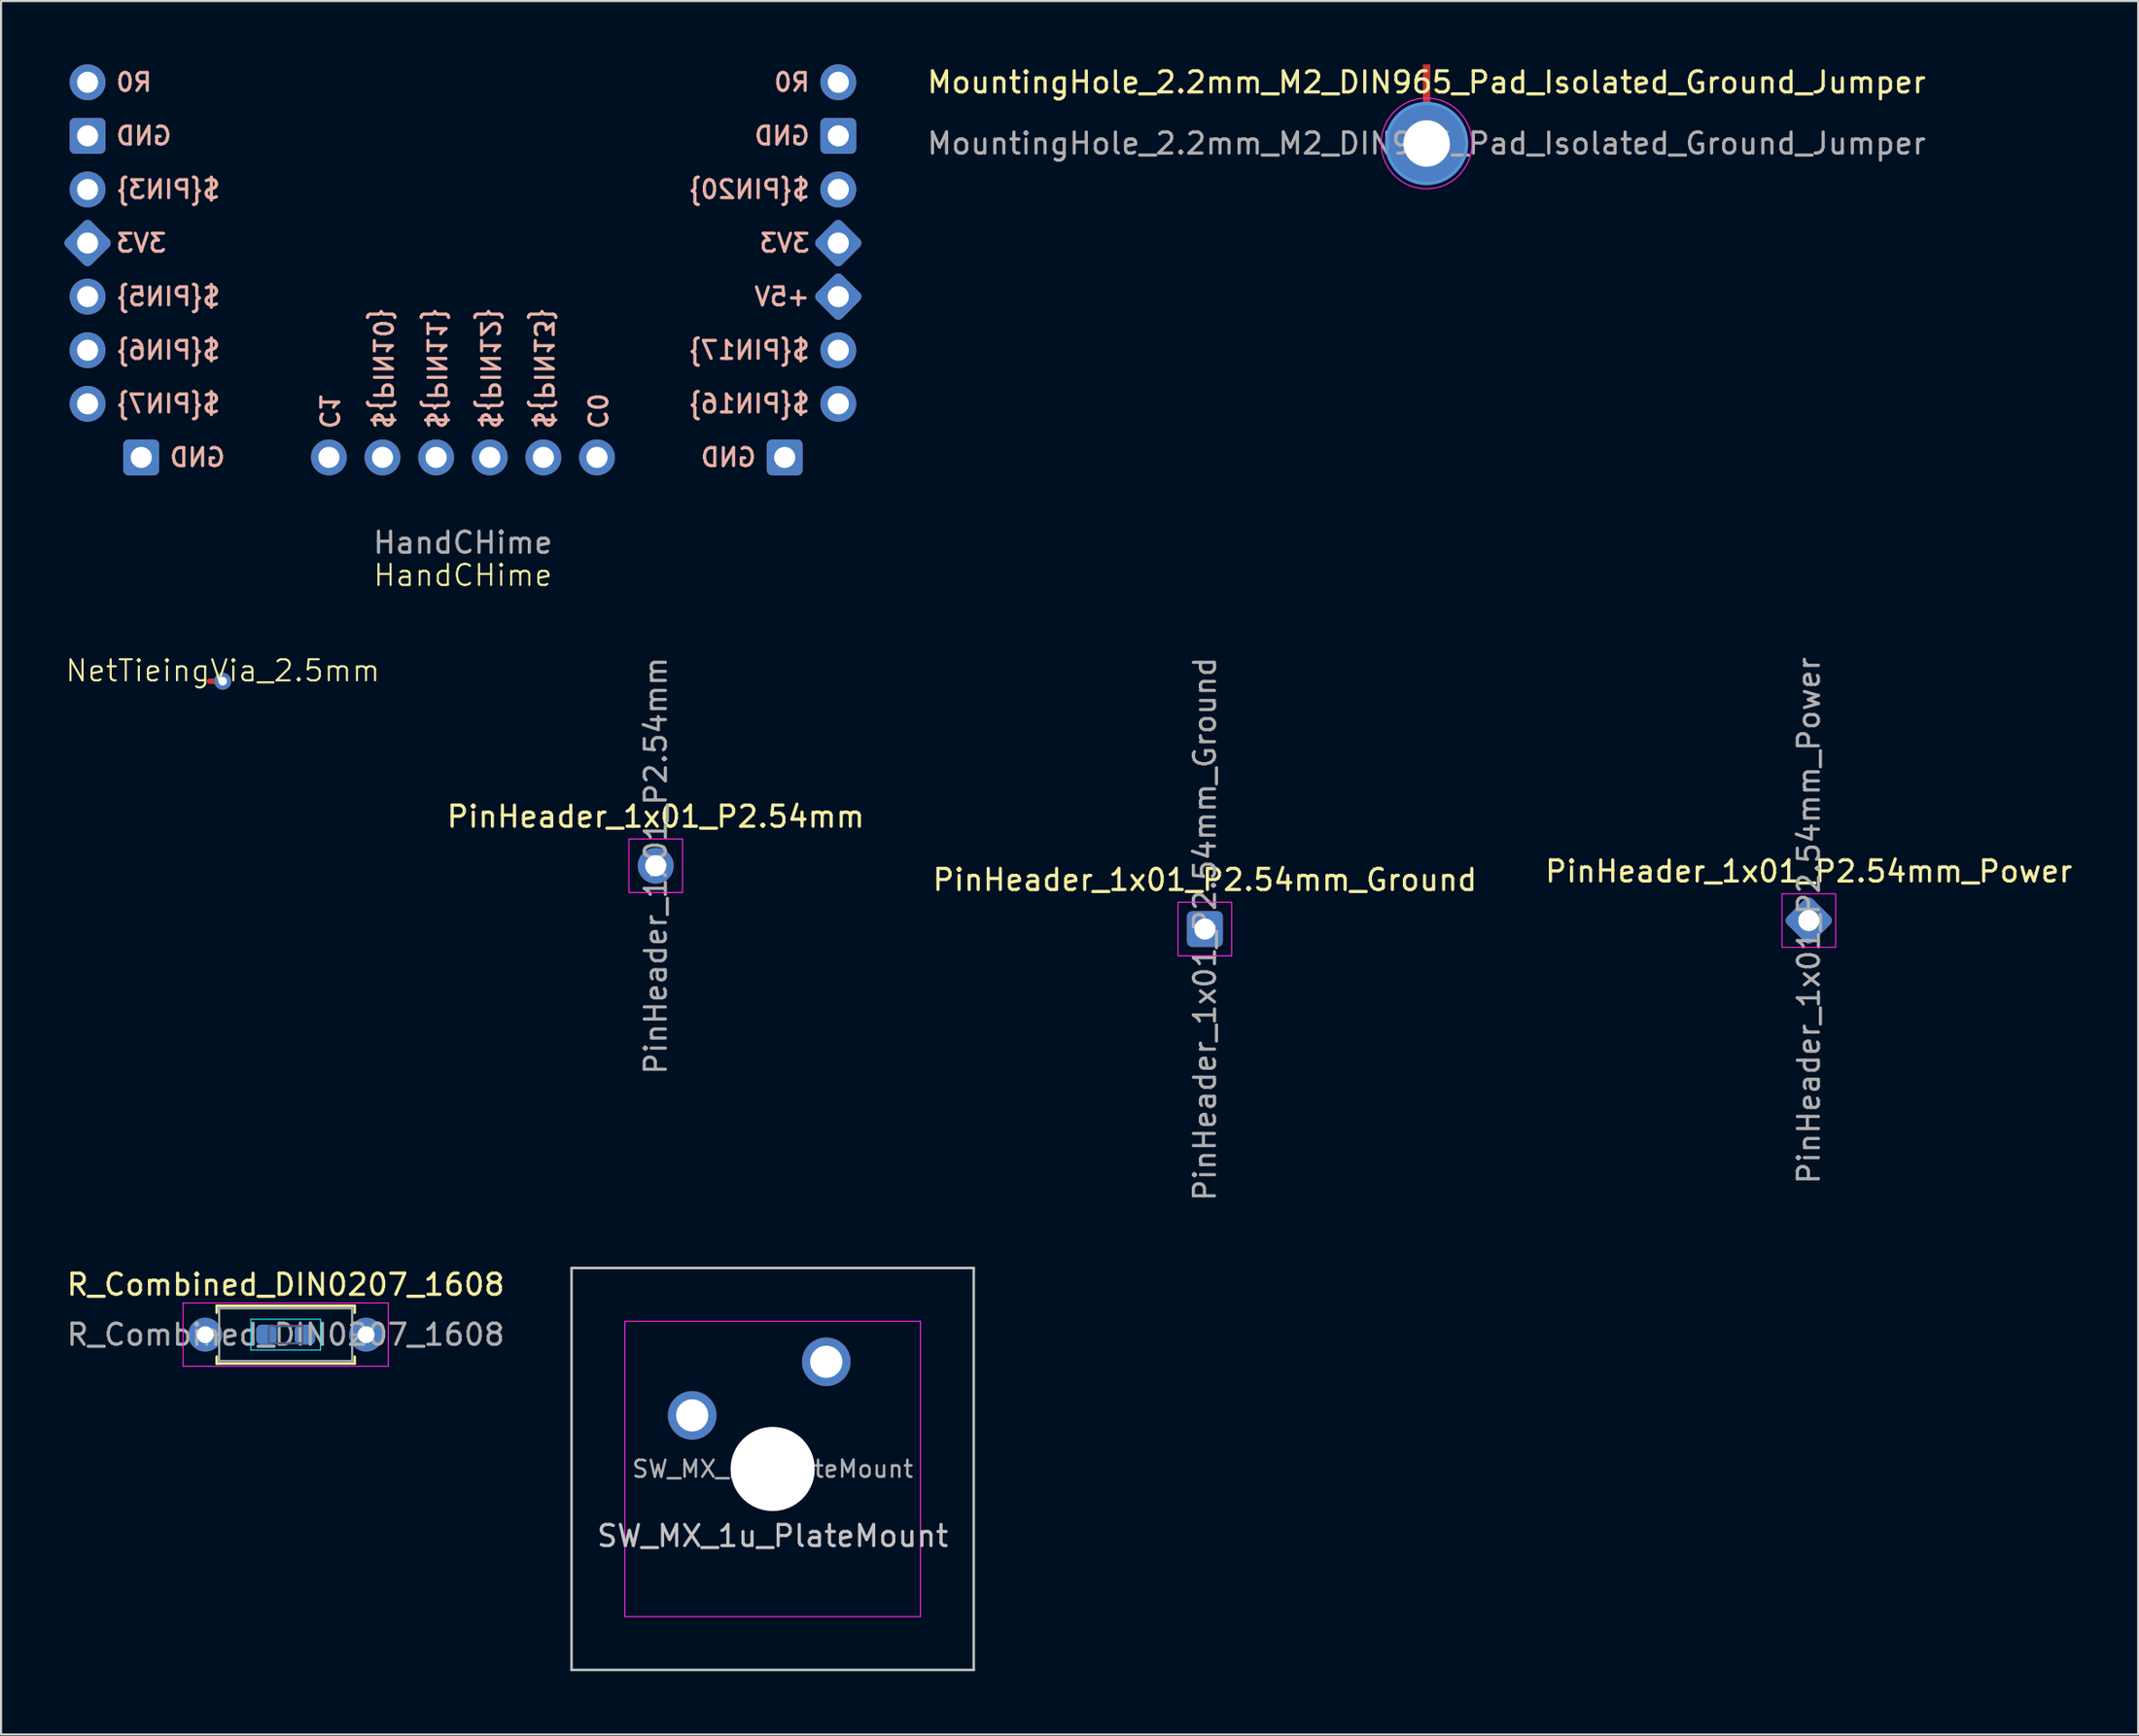
<source format=kicad_pcb>
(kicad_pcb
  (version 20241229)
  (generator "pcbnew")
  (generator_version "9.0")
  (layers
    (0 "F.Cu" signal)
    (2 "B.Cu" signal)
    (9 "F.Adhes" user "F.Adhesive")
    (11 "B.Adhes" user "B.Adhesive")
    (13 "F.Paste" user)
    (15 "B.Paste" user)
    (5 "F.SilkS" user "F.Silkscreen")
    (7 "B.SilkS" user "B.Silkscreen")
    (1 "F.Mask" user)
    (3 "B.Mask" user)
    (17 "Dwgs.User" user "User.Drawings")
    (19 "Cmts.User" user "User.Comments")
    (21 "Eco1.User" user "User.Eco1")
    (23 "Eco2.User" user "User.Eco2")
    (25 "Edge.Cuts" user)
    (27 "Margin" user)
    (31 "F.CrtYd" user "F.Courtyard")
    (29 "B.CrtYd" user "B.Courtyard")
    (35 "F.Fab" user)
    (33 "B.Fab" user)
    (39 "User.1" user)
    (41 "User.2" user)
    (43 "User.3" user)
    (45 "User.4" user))
  (footprint "PinHeader_1x01_P2.54mm_Power"
    (layer "F.Cu")
    (at 82.63 40.58)
    (property "Reference" "PinHeader_1x01_P2.54mm_Power" (at 0 -2.33 0) (layer "F.SilkS") (effects (font (size 1 1) (thickness 0.15))))
    (attr through_hole)
    (fp_rect (start -1.27 -1.27) (end 1.27 1.27) (stroke (width 0.05) (type default)) (fill no) (layer "F.CrtYd"))
    (fp_text user "${REFERENCE}" (at 0 0 90) (layer "F.Fab") (effects (font (size 1 1) (thickness 0.15))))
    (pad "1" thru_hole roundrect (at 0 0 45) (size 1.7 1.7) (drill 1) (layers "*.Cu" "*.Mask") (roundrect_rratio 0.147)))
  (footprint "PinHeader_1x01_P2.54mm_Ground"
    (layer "F.Cu")
    (at 54.023 40.984)
    (property "Reference" "PinHeader_1x01_P2.54mm_Ground" (at 0 -2.33 0) (layer "F.SilkS") (effects (font (size 1 1) (thickness 0.15))))
    (attr through_hole)
    (fp_rect (start -1.27 -1.27) (end 1.27 1.27) (stroke (width 0.05) (type default)) (fill no) (layer "F.CrtYd"))
    (fp_text user "${REFERENCE}" (at 0 0 90) (layer "F.Fab") (effects (font (size 1 1) (thickness 0.15))))
    (pad "1" thru_hole roundrect (at 0 0) (size 1.7 1.7) (drill 1) (layers "*.Cu" "*.Mask") (roundrect_rratio 0.147)))
  (footprint "R_Combined_DIN0207_1608"
    (layer "F.Cu")
    (at 6.672 60.209)
    (property "Reference" "R_Combined_DIN0207_1608" (at 3.81 -2.37 0) (layer "F.SilkS") (effects (font (size 1 1) (thickness 0.15))))
    (attr through_hole)
    (fp_line (start 0.54 -1.37) (end 7.08 -1.37) (stroke (width 0.12) (type solid)) (layer "F.SilkS"))
    (fp_line (start 0.54 -1.04) (end 0.54 -1.37) (stroke (width 0.12) (type solid)) (layer "F.SilkS"))
    (fp_line (start 0.54 1.04) (end 0.54 1.37) (stroke (width 0.12) (type solid)) (layer "F.SilkS"))
    (fp_line (start 0.54 1.37) (end 7.08 1.37) (stroke (width 0.12) (type solid)) (layer "F.SilkS"))
    (fp_line (start 7.08 -1.37) (end 7.08 -1.04) (stroke (width 0.12) (type solid)) (layer "F.SilkS"))
    (fp_line (start 7.08 1.37) (end 7.08 1.04) (stroke (width 0.12) (type solid)) (layer "F.SilkS"))
    (fp_line (start 2.16 -0.73) (end 2.16 0.73) (stroke (width 0.05) (type solid)) (layer "B.CrtYd"))
    (fp_line (start 2.16 0.73) (end 5.46 0.73) (stroke (width 0.05) (type solid)) (layer "B.CrtYd"))
    (fp_line (start 5.46 -0.73) (end 2.16 -0.73) (stroke (width 0.05) (type solid)) (layer "B.CrtYd"))
    (fp_line (start 5.46 0.73) (end 5.46 -0.73) (stroke (width 0.05) (type solid)) (layer "B.CrtYd"))
    (fp_line (start -1.05 -1.5) (end -1.05 1.5) (stroke (width 0.05) (type solid)) (layer "F.CrtYd"))
    (fp_line (start -1.05 1.5) (end 8.67 1.5) (stroke (width 0.05) (type solid)) (layer "F.CrtYd"))
    (fp_line (start 8.67 -1.5) (end -1.05 -1.5) (stroke (width 0.05) (type solid)) (layer "F.CrtYd"))
    (fp_line (start 8.67 1.5) (end 8.67 -1.5) (stroke (width 0.05) (type solid)) (layer "F.CrtYd"))
    (fp_line (start 3.01 -0.412) (end 3.01 0.412) (stroke (width 0.1) (type solid)) (layer "B.Fab"))
    (fp_line (start 3.01 0.412) (end 4.61 0.412) (stroke (width 0.1) (type solid)) (layer "B.Fab"))
    (fp_line (start 4.61 -0.412) (end 3.01 -0.412) (stroke (width 0.1) (type solid)) (layer "B.Fab"))
    (fp_line (start 4.61 0.412) (end 4.61 -0.412) (stroke (width 0.1) (type solid)) (layer "B.Fab"))
    (fp_line (start 0 0) (end 0.66 0) (stroke (width 0.1) (type solid)) (layer "F.Fab"))
    (fp_line (start 0.66 -1.25) (end 0.66 1.25) (stroke (width 0.1) (type solid)) (layer "F.Fab"))
    (fp_line (start 0.66 1.25) (end 6.96 1.25) (stroke (width 0.1) (type solid)) (layer "F.Fab"))
    (fp_line (start 6.96 -1.25) (end 0.66 -1.25) (stroke (width 0.1) (type solid)) (layer "F.Fab"))
    (fp_line (start 6.96 1.25) (end 6.96 -1.25) (stroke (width 0.1) (type solid)) (layer "F.Fab"))
    (fp_line (start 7.62 0) (end 6.96 0) (stroke (width 0.1) (type solid)) (layer "F.Fab"))
    (fp_text user "${REFERENCE}" (at 3.81 0 0) (layer "F.Fab") (effects (font (size 1 1) (thickness 0.15))))
    (pad "1" thru_hole circle (at 0 0) (size 1.6 1.6) (drill 0.8) (layers "*.Cu" "*.Mask"))
    (pad "1" smd roundrect (at 2.897 0) (size 0.975 0.95) (layers "B.Cu" "B.Mask" "B.Paste") (roundrect_rratio 0.25))
    (pad "2" smd roundrect (at 4.723 0) (size 0.975 0.95) (layers "B.Cu" "B.Mask" "B.Paste") (roundrect_rratio 0.25))
    (pad "2" thru_hole oval (at 7.62 0) (size 1.6 1.6) (drill 0.8) (layers "*.Cu" "*.Mask")))
  (footprint "SW_MX_1u_PlateMount"
    (layer "F.Cu")
    (at 33.549 66.575)
    (property "Reference" "SW_MX_1u_PlateMount" (at 0 3.175 0) (layer "Dwgs.User") (effects (font (size 1 1) (thickness 0.15))))
    (attr through_hole exclude_from_pos_files exclude_from_bom)
    (fp_line (start -9.525 -9.525) (end -9.525 9.525) (stroke (width 0.12) (type solid)) (layer "Dwgs.User"))
    (fp_line (start -9.525 9.525) (end 9.525 9.525) (stroke (width 0.12) (type solid)) (layer "Dwgs.User"))
    (fp_line (start 9.525 -9.525) (end -9.525 -9.525) (stroke (width 0.12) (type solid)) (layer "Dwgs.User"))
    (fp_line (start 9.525 9.525) (end 9.525 -9.525) (stroke (width 0.12) (type solid)) (layer "Dwgs.User"))
    (fp_line (start -7 6.5) (end -7 -6.5) (stroke (width 0.05) (type solid)) (layer "Eco2.User"))
    (fp_line (start -6.5 -7) (end 6.5 -7) (stroke (width 0.05) (type solid)) (layer "Eco2.User"))
    (fp_line (start 6.5 7) (end -6.5 7) (stroke (width 0.05) (type solid)) (layer "Eco2.User"))
    (fp_line (start 7 -6.5) (end 7 6.5) (stroke (width 0.05) (type solid)) (layer "Eco2.User"))
    (fp_arc (start -7 -6.5) (mid -6.853553 -6.853553) (end -6.5 -7) (stroke (width 0.05) (type solid)) (layer "Eco2.User"))
    (fp_arc (start -6.5 7) (mid -6.853553 6.853553) (end -7 6.5) (stroke (width 0.05) (type solid)) (layer "Eco2.User"))
    (fp_arc (start 6.5 -7) (mid 6.853553 -6.853553) (end 7 -6.5) (stroke (width 0.05) (type solid)) (layer "Eco2.User"))
    (fp_arc (start 6.997236 6.498884) (mid 6.850789 6.852437) (end 6.497236 6.998884) (stroke (width 0.05) (type solid)) (layer "Eco2.User"))
    (fp_line (start -7 -7) (end -7 7) (stroke (width 0.05) (type solid)) (layer "F.CrtYd"))
    (fp_line (start -7 7) (end 7 7) (stroke (width 0.05) (type solid)) (layer "F.CrtYd"))
    (fp_line (start 7 -7) (end -7 -7) (stroke (width 0.05) (type solid)) (layer "F.CrtYd"))
    (fp_line (start 7 7) (end 7 -7) (stroke (width 0.05) (type solid)) (layer "F.CrtYd"))
    (fp_text user "${REFERENCE}" (at 0 0 0) (layer "F.Fab") (effects (font (size 0.8 0.8) (thickness 0.12))))
    (pad "" np_thru_hole circle (at 0 0) (size 3.988 3.988) (drill 3.988) (layers "*.Cu" "*.Mask"))
    (pad "1" thru_hole circle (at -3.81 -2.54) (size 2.3 2.3) (drill 1.524) (layers "*.Cu" "B.Mask"))
    (pad "2" thru_hole circle (at 2.54 -5.08) (size 2.3 2.3) (drill 1.524) (layers "*.Cu" "B.Mask")))
  (footprint "MountingHole_2.2mm_M2_DIN965_Pad_Isolated_Ground_Jumper"
    (layer "F.Cu")
    (at 64.525 3.75)
    (property "Reference" "MountingHole_2.2mm_M2_DIN965_Pad_Isolated_Ground_Jumper" (at 0 -2.9 0) (layer "F.SilkS") (effects (font (size 1 1) (thickness 0.15))))
    (attr exclude_from_pos_files exclude_from_bom)
    (fp_circle (center 0 0) (end 1.9 0) (stroke (width 0.15) (type solid)) (fill no) (layer "Cmts.User"))
    (fp_circle (center 0 0) (end 2.15 0) (stroke (width 0.05) (type solid)) (fill no) (layer "F.CrtYd"))
    (fp_text user "${REFERENCE}" (at 0 0 0) (layer "F.Fab") (effects (font (size 1 1) (thickness 0.15))))
    (pad "1" smd rect (at 0 -2.75) (size 0.35 2) (layers "F.Cu"))
    (pad "2" thru_hole circle (at 0 0) (size 3.8 3.8) (drill 2.2) (layers "*.Cu" "*.Mask")))
  (footprint "PinHeader_1x01_P2.54mm"
    (layer "F.Cu")
    (at 28.011 37.984)
    (property "Reference" "PinHeader_1x01_P2.54mm" (at 0 -2.33 0) (layer "F.SilkS") (effects (font (size 1 1) (thickness 0.15))))
    (attr through_hole)
    (fp_rect (start -1.27 -1.27) (end 1.27 1.27) (stroke (width 0.05) (type default)) (fill no) (layer "F.CrtYd"))
    (fp_text user "${REFERENCE}" (at 0 0 90) (layer "F.Fab") (effects (font (size 1 1) (thickness 0.15))))
    (pad "1" thru_hole circle (at 0 0) (size 1.7 1.7) (drill 1) (layers "*.Cu" "*.Mask")))
  (footprint "HandCHime"
    (layer "F.Cu")
    (at 18.879 18.63)
    (property "Reference" "HandCHime" (at 0 5.588 0) (unlocked yes) (layer "F.SilkS") (effects (font (size 1 1) (thickness 0.1))))
    (attr through_hole)
    (fp_text user "${PIN5}" (at -16.51 -7.62 0) (unlocked yes) (layer "B.SilkS") (effects (font (size 0.85 0.85) (thickness 0.15) (bold yes)) (justify right mirror)))
    (fp_text user "3V3" (at 16.51 -10.16 0) (unlocked yes) (layer "B.SilkS") (effects (font (size 0.85 0.85) (thickness 0.15) (bold yes)) (justify left mirror)))
    (fp_text user "GND" (at -13.97 0 0) (unlocked yes) (layer "B.SilkS") (effects (font (size 0.85 0.85) (thickness 0.15) (bold yes)) (justify right mirror)))
    (fp_text user "${PIN7}" (at -16.51 -2.54 0) (unlocked yes) (layer "B.SilkS") (effects (font (size 0.85 0.85) (thickness 0.15) (bold yes)) (justify right mirror)))
    (fp_text user "R0" (at 16.51 -17.78 0) (unlocked yes) (layer "B.SilkS") (effects (font (size 0.85 0.85) (thickness 0.15) (bold yes)) (justify left mirror)))
    (fp_text user "${PIN20}" (at 16.51 -12.7 0) (unlocked yes) (layer "B.SilkS") (effects (font (size 0.85 0.85) (thickness 0.15) (bold yes)) (justify left mirror)))
    (fp_text user "GND" (at -16.51 -15.24 0) (unlocked yes) (layer "B.SilkS") (effects (font (size 0.85 0.85) (thickness 0.15) (bold yes)) (justify right mirror)))
    (fp_text user "GND" (at 13.97 0 0) (unlocked yes) (layer "B.SilkS") (effects (font (size 0.85 0.85) (thickness 0.15) (bold yes)) (justify left mirror)))
    (fp_text user "${PIN10}" (at -3.81 -1.27 270) (unlocked yes) (layer "B.SilkS") (effects (font (size 0.85 0.85) (thickness 0.15) (bold yes)) (justify left mirror)))
    (fp_text user "+5V" (at 16.51 -7.62 0) (unlocked yes) (layer "B.SilkS") (effects (font (size 0.85 0.85) (thickness 0.15) (bold yes)) (justify left mirror)))
    (fp_text user "C0" (at 6.35 -1.27 270) (unlocked yes) (layer "B.SilkS") (effects (font (size 0.85 0.85) (thickness 0.15) (bold yes)) (justify left mirror)))
    (fp_text user "${PIN17}" (at 16.51 -5.08 0) (unlocked yes) (layer "B.SilkS") (effects (font (size 0.85 0.85) (thickness 0.15) (bold yes)) (justify left mirror)))
    (fp_text user "${PIN12}" (at 1.27 -1.27 270) (unlocked yes) (layer "B.SilkS") (effects (font (size 0.85 0.85) (thickness 0.15) (bold yes)) (justify left mirror)))
    (fp_text user "R0" (at -16.51 -17.78 0) (unlocked yes) (layer "B.SilkS") (effects (font (size 0.85 0.85) (thickness 0.15) (bold yes)) (justify right mirror)))
    (fp_text user "${PIN13}" (at 3.81 -1.27 270) (unlocked yes) (layer "B.SilkS") (effects (font (size 0.85 0.85) (thickness 0.15) (bold yes)) (justify left mirror)))
    (fp_text user "${PIN16}" (at 16.51 -2.54 0) (unlocked yes) (layer "B.SilkS") (effects (font (size 0.85 0.85) (thickness 0.15) (bold yes)) (justify left mirror)))
    (fp_text user "3V3" (at -16.51 -10.16 0) (unlocked yes) (layer "B.SilkS") (effects (font (size 0.85 0.85) (thickness 0.15) (bold yes)) (justify right mirror)))
    (fp_text user "${PIN6}" (at -16.51 -5.08 0) (unlocked yes) (layer "B.SilkS") (effects (font (size 0.85 0.85) (thickness 0.15) (bold yes)) (justify right mirror)))
    (fp_text user "${PIN3}" (at -16.51 -12.7 0) (unlocked yes) (layer "B.SilkS") (effects (font (size 0.85 0.85) (thickness 0.15) (bold yes)) (justify right mirror)))
    (fp_text user "C1" (at -6.35 -1.27 270) (unlocked yes) (layer "B.SilkS") (effects (font (size 0.85 0.85) (thickness 0.15) (bold yes)) (justify left mirror)))
    (fp_text user "${PIN11}" (at -1.27 -1.27 270) (unlocked yes) (layer "B.SilkS") (effects (font (size 0.85 0.85) (thickness 0.15) (bold yes)) (justify left mirror)))
    (fp_text user "GND" (at 16.51 -15.24 0) (unlocked yes) (layer "B.SilkS") (effects (font (size 0.85 0.85) (thickness 0.15) (bold yes)) (justify left mirror)))
    (fp_text user "${REFERENCE}" (at 0 4.04 0) (unlocked yes) (layer "F.Fab") (effects (font (size 1 1) (thickness 0.15))))
    (pad "1" thru_hole circle (at -17.78 -17.78) (size 1.7 1.7) (drill 1) (layers "*.Cu" "*.Mask"))
    (pad "2" thru_hole roundrect (at -17.78 -15.24) (size 1.7 1.7) (drill 1) (layers "*.Cu" "*.Mask") (roundrect_rratio 0.147))
    (pad "3" thru_hole circle (at -17.78 -12.7) (size 1.7 1.7) (drill 1) (layers "*.Cu" "*.Mask"))
    (pad "4" thru_hole roundrect (at -17.78 -10.16 45) (size 1.7 1.7) (drill 1) (layers "*.Cu" "*.Mask") (roundrect_rratio 0.147))
    (pad "5" thru_hole circle (at -17.78 -7.62) (size 1.7 1.7) (drill 1) (layers "*.Cu" "*.Mask"))
    (pad "6" thru_hole circle (at -17.78 -5.08) (size 1.7 1.7) (drill 1) (layers "*.Cu" "*.Mask"))
    (pad "7" thru_hole circle (at -17.78 -2.54) (size 1.7 1.7) (drill 1) (layers "*.Cu" "*.Mask"))
    (pad "8" thru_hole roundrect (at -15.24 0) (size 1.7 1.7) (drill 1) (layers "*.Cu" "*.Mask") (roundrect_rratio 0.147))
    (pad "9" thru_hole circle (at -6.35 0) (size 1.7 1.7) (drill 1) (layers "*.Cu" "*.Mask"))
    (pad "10" thru_hole circle (at -3.81 0) (size 1.7 1.7) (drill 1) (layers "*.Cu" "*.Mask"))
    (pad "11" thru_hole circle (at -1.27 0) (size 1.7 1.7) (drill 1) (layers "*.Cu" "*.Mask"))
    (pad "12" thru_hole circle (at 1.27 0) (size 1.7 1.7) (drill 1) (layers "*.Cu" "*.Mask"))
    (pad "13" thru_hole circle (at 3.81 0) (size 1.7 1.7) (drill 1) (layers "*.Cu" "*.Mask"))
    (pad "14" thru_hole circle (at 6.35 0) (size 1.7 1.7) (drill 1) (layers "*.Cu" "*.Mask"))
    (pad "15" thru_hole roundrect (at 15.24 0) (size 1.7 1.7) (drill 1) (layers "*.Cu" "*.Mask") (roundrect_rratio 0.147))
    (pad "16" thru_hole circle (at 17.78 -2.54) (size 1.7 1.7) (drill 1) (layers "*.Cu" "*.Mask"))
    (pad "17" thru_hole circle (at 17.78 -5.08) (size 1.7 1.7) (drill 1) (layers "*.Cu" "*.Mask"))
    (pad "18" thru_hole roundrect (at 17.78 -7.62 45) (size 1.7 1.7) (drill 1) (layers "*.Cu" "*.Mask") (roundrect_rratio 0.147))
    (pad "19" thru_hole roundrect (at 17.78 -10.16 45) (size 1.7 1.7) (drill 1) (layers "*.Cu" "*.Mask") (roundrect_rratio 0.147))
    (pad "20" thru_hole circle (at 17.78 -12.7) (size 1.7 1.7) (drill 1) (layers "*.Cu" "*.Mask"))
    (pad "21" thru_hole roundrect (at 17.78 -15.24) (size 1.7 1.7) (drill 1) (layers "*.Cu" "*.Mask") (roundrect_rratio 0.147))
    (pad "22" thru_hole circle (at 17.78 -17.78) (size 1.7 1.7) (drill 1) (layers "*.Cu" "*.Mask")))
  (footprint "NetTieingVia_2.5mm"
    (layer "F.Cu")
    (at 7.502 29.239)
    (property "Reference" "NetTieingVia_2.5mm" (at 0 -0.5 0) (unlocked yes) (layer "F.SilkS") (effects (font (size 1 1) (thickness 0.1))))
    (attr through_hole)
    (pad "1" smd roundrect (at -0.508 0) (size 0.5 0.25) (layers "F.Cu") (roundrect_rratio 0.5))
    (pad "2" thru_hole circle (at 0 0) (size 0.8 0.8) (drill 0.4) (layers "*.Cu")))
  (gr_rect
    (start -3 -3)
    (end 98.231 79.16)
    (stroke (width 0.1) (type default))
    (fill no)
    (layer "Edge.Cuts")))
</source>
